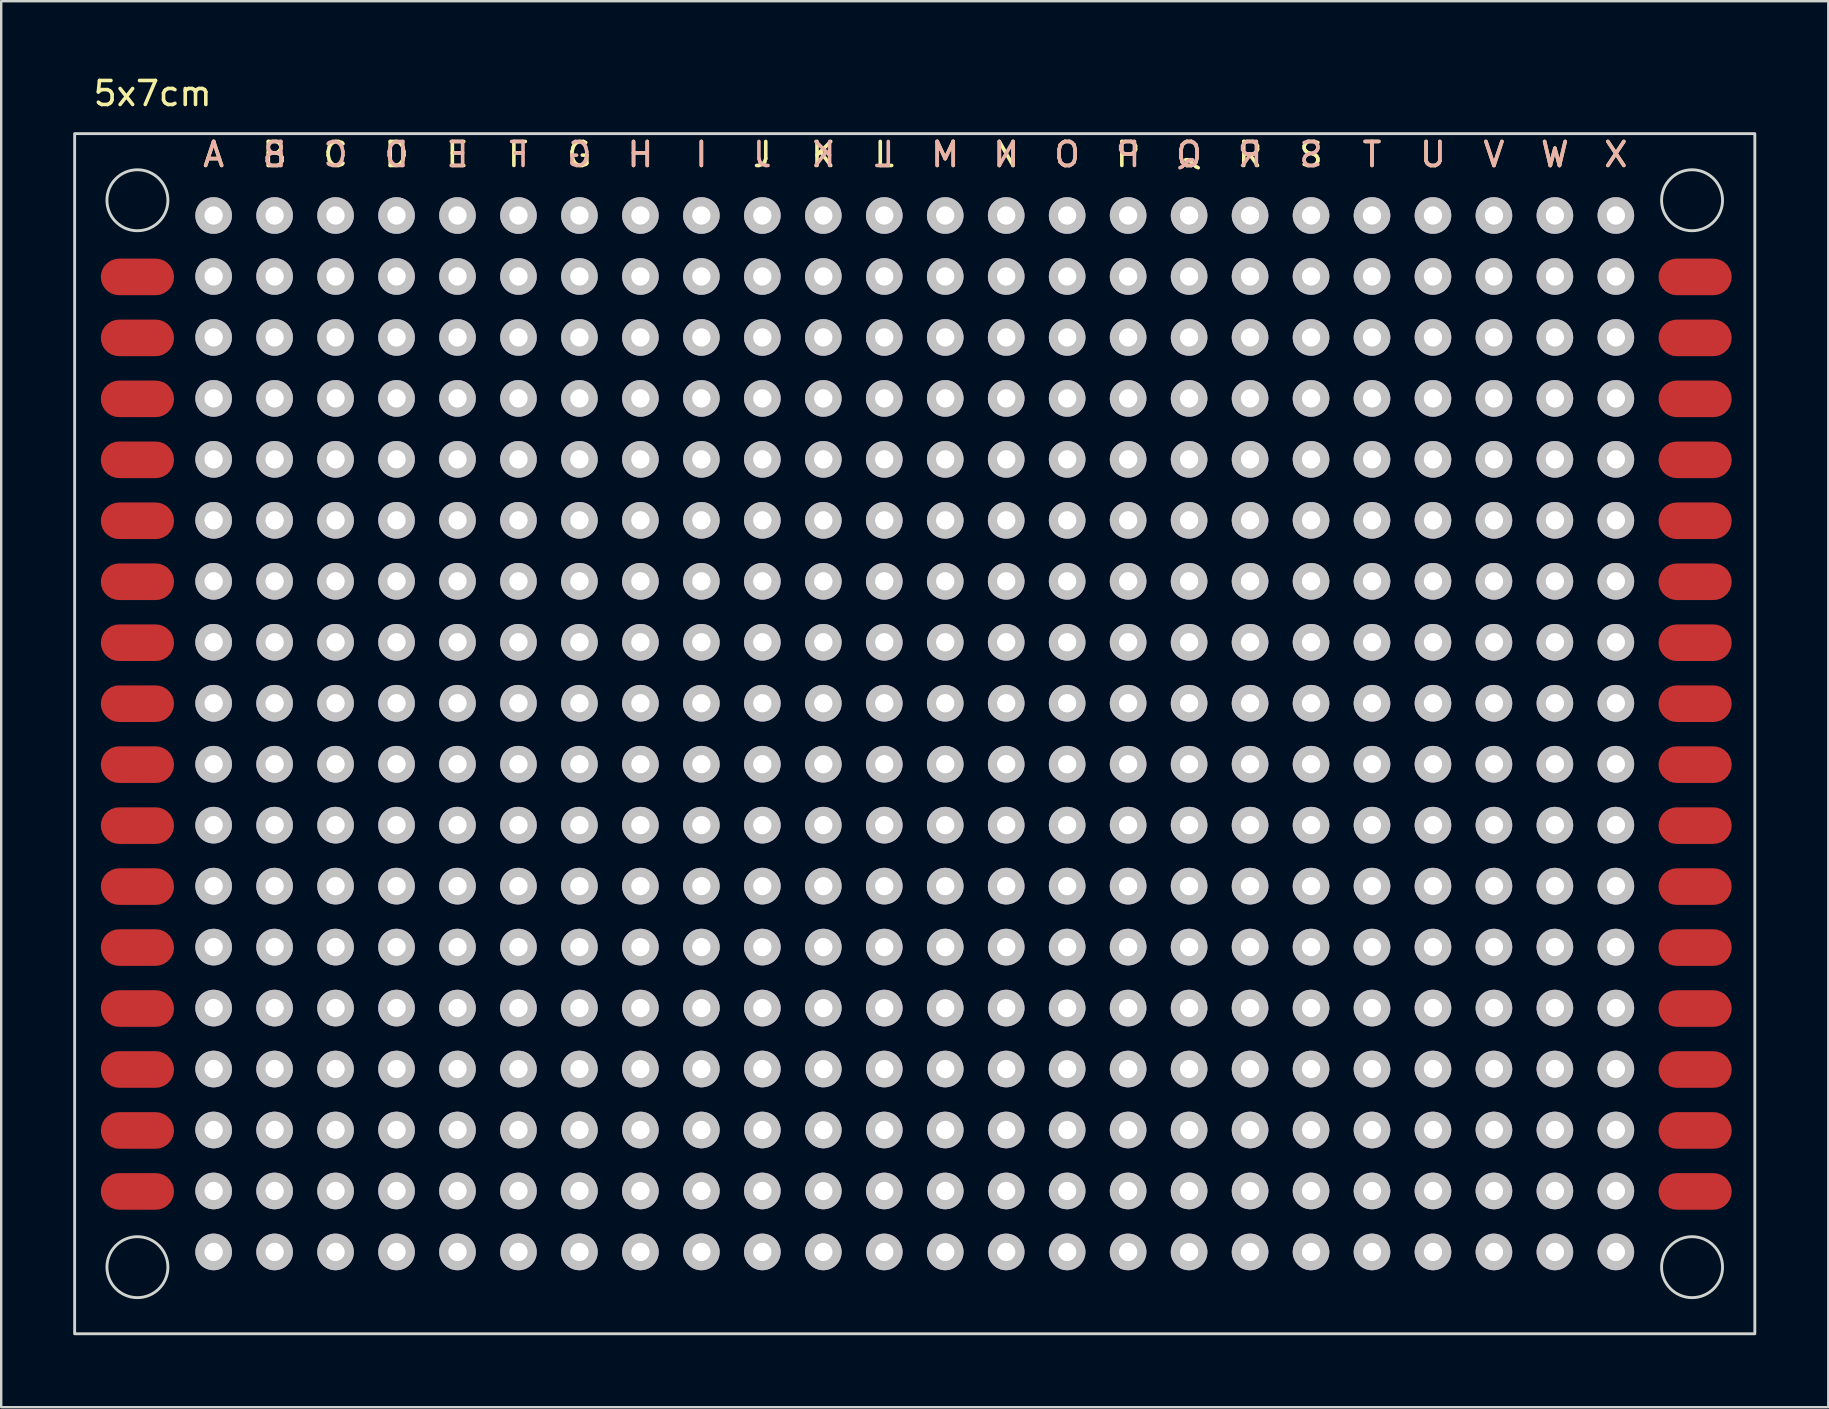
<source format=kicad_pcb>
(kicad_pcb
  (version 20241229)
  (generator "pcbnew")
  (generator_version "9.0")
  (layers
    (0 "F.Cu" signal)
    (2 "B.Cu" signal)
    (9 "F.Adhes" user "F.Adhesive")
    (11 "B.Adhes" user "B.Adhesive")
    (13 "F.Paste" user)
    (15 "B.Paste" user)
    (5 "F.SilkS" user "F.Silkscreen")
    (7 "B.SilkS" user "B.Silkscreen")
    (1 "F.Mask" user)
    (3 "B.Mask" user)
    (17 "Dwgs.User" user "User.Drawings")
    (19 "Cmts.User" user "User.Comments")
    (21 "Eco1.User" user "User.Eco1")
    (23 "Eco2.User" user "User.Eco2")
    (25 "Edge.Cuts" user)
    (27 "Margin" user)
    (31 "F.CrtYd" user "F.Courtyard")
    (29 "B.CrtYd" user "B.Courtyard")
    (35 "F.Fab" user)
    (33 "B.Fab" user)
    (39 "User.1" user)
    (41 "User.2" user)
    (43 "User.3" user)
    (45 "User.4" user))
  (footprint "5x7cm"
    (layer "F.Cu")
    (at 5.85 5.928)
    (property "Reference" "5x7cm" (at -2.54 -5.08 0) (unlocked yes) (layer "F.SilkS") (effects (font (size 1 1) (thickness 0.15))))
    (attr through_hole)
    (fp_rect (start -5.79 -3.41) (end 64.21 46.59) (stroke (width 0.12) (type solid)) (fill no) (layer "Edge.Cuts"))
    (fp_circle (center -3.175 -0.635) (end -1.905 -0.635) (stroke (width 0.12) (type solid)) (fill no) (layer "Edge.Cuts"))
    (fp_circle (center -3.175 43.815) (end -1.905 43.815) (stroke (width 0.12) (type solid)) (fill no) (layer "Edge.Cuts"))
    (fp_circle (center 61.595 -0.635) (end 62.865 -0.635) (stroke (width 0.12) (type solid)) (fill no) (layer "Edge.Cuts"))
    (fp_circle (center 61.595 43.815) (end 62.865 43.815) (stroke (width 0.12) (type solid)) (fill no) (layer "Edge.Cuts"))
    (fp_text user "A" (at 0 -2.54 0) (unlocked yes) (layer "F.SilkS") (effects (font (size 1 1) (thickness 0.15))))
    (fp_text user "D" (at 7.62 -2.54 0) (unlocked yes) (layer "F.SilkS") (effects (font (size 1 1) (thickness 0.15))))
    (fp_text user "L" (at 27.94 -2.54 0) (unlocked yes) (layer "F.SilkS") (effects (font (size 1 1) (thickness 0.15))))
    (fp_text user "G" (at 15.24 -2.54 0) (unlocked yes) (layer "F.SilkS") (effects (font (size 1 1) (thickness 0.15))))
    (fp_text user "T" (at 48.26 -2.54 0) (unlocked yes) (layer "F.SilkS") (effects (font (size 1 1) (thickness 0.15))))
    (fp_text user "V" (at 53.34 -2.54 0) (unlocked yes) (layer "F.SilkS") (effects (font (size 1 1) (thickness 0.15))))
    (fp_text user "Q" (at 40.64 -2.54 0) (unlocked yes) (layer "F.SilkS") (effects (font (size 1 1) (thickness 0.15))))
    (fp_text user "S" (at 45.72 -2.54 0) (unlocked yes) (layer "F.SilkS") (effects (font (size 1 1) (thickness 0.15))))
    (fp_text user "I" (at 20.32 -2.54 0) (unlocked yes) (layer "F.SilkS") (effects (font (size 1 1) (thickness 0.15))))
    (fp_text user "N" (at 33.02 -2.54 0) (unlocked yes) (layer "F.SilkS") (effects (font (size 1 1) (thickness 0.15))))
    (fp_text user "M" (at 30.48 -2.54 0) (unlocked yes) (layer "F.SilkS") (effects (font (size 1 1) (thickness 0.15))))
    (fp_text user "U" (at 50.8 -2.54 0) (unlocked yes) (layer "F.SilkS") (effects (font (size 1 1) (thickness 0.15))))
    (fp_text user "J" (at 22.86 -2.54 0) (unlocked yes) (layer "F.SilkS") (effects (font (size 1 1) (thickness 0.15))))
    (fp_text user "W" (at 55.88 -2.54 0) (unlocked yes) (layer "F.SilkS") (effects (font (size 1 1) (thickness 0.15))))
    (fp_text user "P" (at 38.1 -2.54 0) (unlocked yes) (layer "F.SilkS") (effects (font (size 1 1) (thickness 0.15))))
    (fp_text user "B" (at 2.54 -2.54 0) (unlocked yes) (layer "F.SilkS") (effects (font (size 1 1) (thickness 0.15))))
    (fp_text user "H" (at 17.78 -2.54 0) (unlocked yes) (layer "F.SilkS") (effects (font (size 1 1) (thickness 0.15))))
    (fp_text user "R" (at 43.18 -2.54 0) (unlocked yes) (layer "F.SilkS") (effects (font (size 1 1) (thickness 0.15))))
    (fp_text user "K" (at 25.4 -2.54 0) (unlocked yes) (layer "F.SilkS") (effects (font (size 1 1) (thickness 0.15))))
    (fp_text user "E" (at 10.16 -2.54 0) (unlocked yes) (layer "F.SilkS") (effects (font (size 1 1) (thickness 0.15))))
    (fp_text user "C" (at 5.08 -2.54 0) (unlocked yes) (layer "F.SilkS") (effects (font (size 1 1) (thickness 0.15))))
    (fp_text user "F" (at 12.7 -2.54 0) (unlocked yes) (layer "F.SilkS") (effects (font (size 1 1) (thickness 0.15))))
    (fp_text user "O" (at 35.56 -2.54 0) (unlocked yes) (layer "F.SilkS") (effects (font (size 1 1) (thickness 0.15))))
    (fp_text user "X" (at 58.42 -2.54 0) (unlocked yes) (layer "F.SilkS") (effects (font (size 1 1) (thickness 0.15))))
    (fp_text user "F" (at 12.7 -2.54 0) (unlocked yes) (layer "B.SilkS") (effects (font (size 1 1) (thickness 0.15)) (justify mirror)))
    (fp_text user "P" (at 38.1 -2.54 0) (unlocked yes) (layer "B.SilkS") (effects (font (size 1 1) (thickness 0.15)) (justify mirror)))
    (fp_text user "C" (at 5.08 -2.54 0) (unlocked yes) (layer "B.SilkS") (effects (font (size 1 1) (thickness 0.15)) (justify mirror)))
    (fp_text user "K" (at 25.4 -2.54 0) (unlocked yes) (layer "B.SilkS") (effects (font (size 1 1) (thickness 0.15)) (justify mirror)))
    (fp_text user "T" (at 48.26 -2.54 0) (unlocked yes) (layer "B.SilkS") (effects (font (size 1 1) (thickness 0.15)) (justify mirror)))
    (fp_text user "I" (at 20.32 -2.54 0) (unlocked yes) (layer "B.SilkS") (effects (font (size 1 1) (thickness 0.15)) (justify mirror)))
    (fp_text user "X" (at 58.42 -2.54 0) (unlocked yes) (layer "B.SilkS") (effects (font (size 1 1) (thickness 0.15)) (justify mirror)))
    (fp_text user "U" (at 50.8 -2.54 0) (unlocked yes) (layer "B.SilkS") (effects (font (size 1 1) (thickness 0.15)) (justify mirror)))
    (fp_text user "V" (at 53.34 -2.54 0) (unlocked yes) (layer "B.SilkS") (effects (font (size 1 1) (thickness 0.15)) (justify mirror)))
    (fp_text user "R" (at 43.18 -2.54 0) (unlocked yes) (layer "B.SilkS") (effects (font (size 1 1) (thickness 0.15)) (justify mirror)))
    (fp_text user "M" (at 30.48 -2.54 0) (unlocked yes) (layer "B.SilkS") (effects (font (size 1 1) (thickness 0.15)) (justify mirror)))
    (fp_text user "S" (at 45.72 -2.54 0) (unlocked yes) (layer "B.SilkS") (effects (font (size 1 1) (thickness 0.15)) (justify mirror)))
    (fp_text user "A" (at 0 -2.54 0) (unlocked yes) (layer "B.SilkS") (effects (font (size 1 1) (thickness 0.15)) (justify mirror)))
    (fp_text user "W" (at 55.88 -2.54 0) (unlocked yes) (layer "B.SilkS") (effects (font (size 1 1) (thickness 0.15)) (justify mirror)))
    (fp_text user "B" (at 2.54 -2.54 0) (unlocked yes) (layer "B.SilkS") (effects (font (size 1 1) (thickness 0.15)) (justify mirror)))
    (fp_text user "L" (at 27.94 -2.54 0) (unlocked yes) (layer "B.SilkS") (effects (font (size 1 1) (thickness 0.15)) (justify mirror)))
    (fp_text user "Q" (at 40.64 -2.54 0) (unlocked yes) (layer "B.SilkS") (effects (font (size 1 1) (thickness 0.15)) (justify mirror)))
    (fp_text user "D" (at 7.62 -2.54 0) (unlocked yes) (layer "B.SilkS") (effects (font (size 1 1) (thickness 0.15)) (justify mirror)))
    (fp_text user "J" (at 22.86 -2.54 0) (unlocked yes) (layer "B.SilkS") (effects (font (size 1 1) (thickness 0.15)) (justify mirror)))
    (fp_text user "O" (at 35.56 -2.54 0) (unlocked yes) (layer "B.SilkS") (effects (font (size 1 1) (thickness 0.15)) (justify mirror)))
    (fp_text user "H" (at 17.78 -2.54 0) (unlocked yes) (layer "B.SilkS") (effects (font (size 1 1) (thickness 0.15)) (justify mirror)))
    (fp_text user "E" (at 10.16 -2.54 0) (unlocked yes) (layer "B.SilkS") (effects (font (size 1 1) (thickness 0.15)) (justify mirror)))
    (fp_text user "G" (at 15.24 -2.54 0) (unlocked yes) (layer "B.SilkS") (effects (font (size 1 1) (thickness 0.15)) (justify mirror)))
    (fp_text user "N" (at 33.02 -2.54 0) (unlocked yes) (layer "B.SilkS") (effects (font (size 1 1) (thickness 0.15)) (justify mirror)))
    (pad "1" smd roundrect (at -3.175 2.559) (size 3.048 1.524) (layers "F.Cu" "F.Mask" "F.Paste") (roundrect_rratio 0.5))
    (pad "1" thru_hole circle (at 0 0) (size 1.524 1.524) (drill 0.762) (layers "*.Cu" "Dwgs.User"))
    (pad "1" smd roundrect (at 61.722 2.559) (size 3.048 1.524) (layers "F.Cu" "F.Mask" "F.Paste") (roundrect_rratio 0.5))
    (pad "2" smd roundrect (at -3.175 5.099) (size 3.048 1.524) (layers "F.Cu" "F.Mask" "F.Paste") (roundrect_rratio 0.5))
    (pad "2" thru_hole circle (at 2.54 0) (size 1.524 1.524) (drill 0.762) (layers "*.Cu" "Dwgs.User"))
    (pad "2" smd roundrect (at 61.722 5.099) (size 3.048 1.524) (layers "F.Cu" "F.Mask" "F.Paste") (roundrect_rratio 0.5))
    (pad "3" smd roundrect (at -3.175 7.639) (size 3.048 1.524) (layers "F.Cu" "F.Mask" "F.Paste") (roundrect_rratio 0.5))
    (pad "3" thru_hole circle (at 5.08 0) (size 1.524 1.524) (drill 0.762) (layers "*.Cu" "Dwgs.User"))
    (pad "3" smd roundrect (at 61.722 7.639) (size 3.048 1.524) (layers "F.Cu" "F.Mask" "F.Paste") (roundrect_rratio 0.5))
    (pad "4" smd roundrect (at -3.175 10.179) (size 3.048 1.524) (layers "F.Cu" "F.Mask" "F.Paste") (roundrect_rratio 0.5))
    (pad "4" thru_hole circle (at 7.62 0) (size 1.524 1.524) (drill 0.762) (layers "*.Cu" "Dwgs.User"))
    (pad "4" smd roundrect (at 61.722 10.179) (size 3.048 1.524) (layers "F.Cu" "F.Mask" "F.Paste") (roundrect_rratio 0.5))
    (pad "5" smd roundrect (at -3.175 12.719) (size 3.048 1.524) (layers "F.Cu" "F.Mask" "F.Paste") (roundrect_rratio 0.5))
    (pad "5" thru_hole circle (at 10.16 0) (size 1.524 1.524) (drill 0.762) (layers "*.Cu" "Dwgs.User"))
    (pad "5" smd roundrect (at 61.722 12.719) (size 3.048 1.524) (layers "F.Cu" "F.Mask" "F.Paste") (roundrect_rratio 0.5))
    (pad "6" smd roundrect (at -3.175 15.259) (size 3.048 1.524) (layers "F.Cu" "F.Mask" "F.Paste") (roundrect_rratio 0.5))
    (pad "6" thru_hole circle (at 12.7 0) (size 1.524 1.524) (drill 0.762) (layers "*.Cu" "Dwgs.User"))
    (pad "6" smd roundrect (at 61.722 15.259) (size 3.048 1.524) (layers "F.Cu" "F.Mask" "F.Paste") (roundrect_rratio 0.5))
    (pad "7" smd roundrect (at -3.175 17.799) (size 3.048 1.524) (layers "F.Cu" "F.Mask" "F.Paste") (roundrect_rratio 0.5))
    (pad "7" thru_hole circle (at 15.24 0) (size 1.524 1.524) (drill 0.762) (layers "*.Cu" "Dwgs.User"))
    (pad "7" smd roundrect (at 61.722 17.799) (size 3.048 1.524) (layers "F.Cu" "F.Mask" "F.Paste") (roundrect_rratio 0.5))
    (pad "8" smd roundrect (at -3.175 20.339) (size 3.048 1.524) (layers "F.Cu" "F.Mask" "F.Paste") (roundrect_rratio 0.5))
    (pad "8" thru_hole circle (at 17.78 0) (size 1.524 1.524) (drill 0.762) (layers "*.Cu" "Dwgs.User"))
    (pad "8" smd roundrect (at 61.722 20.339) (size 3.048 1.524) (layers "F.Cu" "F.Mask" "F.Paste") (roundrect_rratio 0.5))
    (pad "9" smd roundrect (at -3.175 22.879) (size 3.048 1.524) (layers "F.Cu" "F.Mask" "F.Paste") (roundrect_rratio 0.5))
    (pad "9" thru_hole circle (at 20.32 0) (size 1.524 1.524) (drill 0.762) (layers "*.Cu" "Dwgs.User"))
    (pad "9" smd roundrect (at 61.722 22.879) (size 3.048 1.524) (layers "F.Cu" "F.Mask" "F.Paste") (roundrect_rratio 0.5))
    (pad "10" smd roundrect (at -3.175 25.419) (size 3.048 1.524) (layers "F.Cu" "F.Mask" "F.Paste") (roundrect_rratio 0.5))
    (pad "10" thru_hole circle (at 22.86 0) (size 1.524 1.524) (drill 0.762) (layers "*.Cu" "Dwgs.User"))
    (pad "10" smd roundrect (at 61.722 25.419) (size 3.048 1.524) (layers "F.Cu" "F.Mask" "F.Paste") (roundrect_rratio 0.5))
    (pad "11" smd roundrect (at -3.175 27.959) (size 3.048 1.524) (layers "F.Cu" "F.Mask" "F.Paste") (roundrect_rratio 0.5))
    (pad "11" thru_hole circle (at 25.4 0) (size 1.524 1.524) (drill 0.762) (layers "*.Cu" "Dwgs.User"))
    (pad "11" smd roundrect (at 61.722 27.959) (size 3.048 1.524) (layers "F.Cu" "F.Mask" "F.Paste") (roundrect_rratio 0.5))
    (pad "12" smd roundrect (at -3.175 30.499) (size 3.048 1.524) (layers "F.Cu" "F.Mask" "F.Paste") (roundrect_rratio 0.5))
    (pad "12" thru_hole circle (at 27.94 0) (size 1.524 1.524) (drill 0.762) (layers "*.Cu" "Dwgs.User"))
    (pad "12" smd roundrect (at 61.722 30.499) (size 3.048 1.524) (layers "F.Cu" "F.Mask" "F.Paste") (roundrect_rratio 0.5))
    (pad "13" smd roundrect (at -3.175 33.039) (size 3.048 1.524) (layers "F.Cu" "F.Mask" "F.Paste") (roundrect_rratio 0.5))
    (pad "13" thru_hole circle (at 30.48 0) (size 1.524 1.524) (drill 0.762) (layers "*.Cu" "Dwgs.User"))
    (pad "13" smd roundrect (at 61.722 33.039) (size 3.048 1.524) (layers "F.Cu" "F.Mask" "F.Paste") (roundrect_rratio 0.5))
    (pad "14" smd roundrect (at -3.175 35.579) (size 3.048 1.524) (layers "F.Cu" "F.Mask" "F.Paste") (roundrect_rratio 0.5))
    (pad "14" thru_hole circle (at 33.02 0) (size 1.524 1.524) (drill 0.762) (layers "*.Cu" "Dwgs.User"))
    (pad "14" smd roundrect (at 61.722 35.579) (size 3.048 1.524) (layers "F.Cu" "F.Mask" "F.Paste") (roundrect_rratio 0.5))
    (pad "15" smd roundrect (at -3.175 38.119) (size 3.048 1.524) (layers "F.Cu" "F.Mask" "F.Paste") (roundrect_rratio 0.5))
    (pad "15" thru_hole circle (at 35.56 0) (size 1.524 1.524) (drill 0.762) (layers "*.Cu" "Dwgs.User"))
    (pad "15" smd roundrect (at 61.722 38.119) (size 3.048 1.524) (layers "F.Cu" "F.Mask" "F.Paste") (roundrect_rratio 0.5))
    (pad "16" smd roundrect (at -3.175 40.659) (size 3.048 1.524) (layers "F.Cu" "F.Mask" "F.Paste") (roundrect_rratio 0.5))
    (pad "16" thru_hole circle (at 38.1 0) (size 1.524 1.524) (drill 0.762) (layers "*.Cu" "Dwgs.User"))
    (pad "16" smd roundrect (at 61.722 40.659) (size 3.048 1.524) (layers "F.Cu" "F.Mask" "F.Paste") (roundrect_rratio 0.5))
    (pad "17" thru_hole circle (at 40.64 0) (size 1.524 1.524) (drill 0.762) (layers "*.Cu" "Dwgs.User"))
    (pad "18" thru_hole circle (at 43.18 0) (size 1.524 1.524) (drill 0.762) (layers "*.Cu" "Dwgs.User"))
    (pad "19" thru_hole circle (at 45.72 0) (size 1.524 1.524) (drill 0.762) (layers "*.Cu" "Dwgs.User"))
    (pad "20" thru_hole circle (at 48.26 0) (size 1.524 1.524) (drill 0.762) (layers "*.Cu" "Dwgs.User"))
    (pad "21" thru_hole circle (at 50.8 0) (size 1.524 1.524) (drill 0.762) (layers "*.Cu" "Dwgs.User"))
    (pad "22" thru_hole circle (at 53.34 0) (size 1.524 1.524) (drill 0.762) (layers "*.Cu" "Dwgs.User"))
    (pad "23" thru_hole circle (at 55.88 0) (size 1.524 1.524) (drill 0.762) (layers "*.Cu" "Dwgs.User"))
    (pad "24" thru_hole circle (at 58.42 0) (size 1.524 1.524) (drill 0.762) (layers "*.Cu" "Dwgs.User"))
    (pad "25" thru_hole circle (at 0 2.54) (size 1.524 1.524) (drill 0.762) (layers "*.Cu" "Dwgs.User"))
    (pad "26" thru_hole circle (at 2.54 2.54) (size 1.524 1.524) (drill 0.762) (layers "*.Cu" "Dwgs.User"))
    (pad "27" thru_hole circle (at 5.08 2.54) (size 1.524 1.524) (drill 0.762) (layers "*.Cu" "Dwgs.User"))
    (pad "28" thru_hole circle (at 7.62 2.54) (size 1.524 1.524) (drill 0.762) (layers "*.Cu" "Dwgs.User"))
    (pad "29" thru_hole circle (at 10.16 2.54) (size 1.524 1.524) (drill 0.762) (layers "*.Cu" "Dwgs.User"))
    (pad "30" thru_hole circle (at 12.7 2.54) (size 1.524 1.524) (drill 0.762) (layers "*.Cu" "Dwgs.User"))
    (pad "31" thru_hole circle (at 15.24 2.54) (size 1.524 1.524) (drill 0.762) (layers "*.Cu" "Dwgs.User"))
    (pad "32" thru_hole circle (at 17.78 2.54) (size 1.524 1.524) (drill 0.762) (layers "*.Cu" "Dwgs.User"))
    (pad "33" thru_hole circle (at 20.32 2.54) (size 1.524 1.524) (drill 0.762) (layers "*.Cu" "Dwgs.User"))
    (pad "34" thru_hole circle (at 22.86 2.54) (size 1.524 1.524) (drill 0.762) (layers "*.Cu" "Dwgs.User"))
    (pad "35" thru_hole circle (at 25.4 2.54) (size 1.524 1.524) (drill 0.762) (layers "*.Cu" "Dwgs.User"))
    (pad "36" thru_hole circle (at 27.94 2.54) (size 1.524 1.524) (drill 0.762) (layers "*.Cu" "Dwgs.User"))
    (pad "37" thru_hole circle (at 30.48 2.54) (size 1.524 1.524) (drill 0.762) (layers "*.Cu" "Dwgs.User"))
    (pad "38" thru_hole circle (at 33.02 2.54) (size 1.524 1.524) (drill 0.762) (layers "*.Cu" "Dwgs.User"))
    (pad "39" thru_hole circle (at 35.56 2.54) (size 1.524 1.524) (drill 0.762) (layers "*.Cu" "Dwgs.User"))
    (pad "40" thru_hole circle (at 38.1 2.54) (size 1.524 1.524) (drill 0.762) (layers "*.Cu" "Dwgs.User"))
    (pad "41" thru_hole circle (at 40.64 2.54) (size 1.524 1.524) (drill 0.762) (layers "*.Cu" "Dwgs.User"))
    (pad "42" thru_hole circle (at 43.18 2.54) (size 1.524 1.524) (drill 0.762) (layers "*.Cu" "Dwgs.User"))
    (pad "43" thru_hole circle (at 45.72 2.54) (size 1.524 1.524) (drill 0.762) (layers "*.Cu" "Dwgs.User"))
    (pad "44" thru_hole circle (at 48.26 2.54) (size 1.524 1.524) (drill 0.762) (layers "*.Cu" "Dwgs.User"))
    (pad "45" thru_hole circle (at 50.8 2.54) (size 1.524 1.524) (drill 0.762) (layers "*.Cu" "Dwgs.User"))
    (pad "46" thru_hole circle (at 53.34 2.54) (size 1.524 1.524) (drill 0.762) (layers "*.Cu" "Dwgs.User"))
    (pad "47" thru_hole circle (at 55.88 2.54) (size 1.524 1.524) (drill 0.762) (layers "*.Cu" "Dwgs.User"))
    (pad "48" thru_hole circle (at 58.42 2.54) (size 1.524 1.524) (drill 0.762) (layers "*.Cu" "Dwgs.User"))
    (pad "49" thru_hole circle (at 0 5.08) (size 1.524 1.524) (drill 0.762) (layers "*.Cu" "Dwgs.User"))
    (pad "50" thru_hole circle (at 2.54 5.08) (size 1.524 1.524) (drill 0.762) (layers "*.Cu" "Dwgs.User"))
    (pad "51" thru_hole circle (at 5.08 5.08) (size 1.524 1.524) (drill 0.762) (layers "*.Cu" "Dwgs.User"))
    (pad "52" thru_hole circle (at 7.62 5.08) (size 1.524 1.524) (drill 0.762) (layers "*.Cu" "Dwgs.User"))
    (pad "53" thru_hole circle (at 10.16 5.08) (size 1.524 1.524) (drill 0.762) (layers "*.Cu" "Dwgs.User"))
    (pad "54" thru_hole circle (at 12.7 5.08) (size 1.524 1.524) (drill 0.762) (layers "*.Cu" "Dwgs.User"))
    (pad "55" thru_hole circle (at 15.24 5.08) (size 1.524 1.524) (drill 0.762) (layers "*.Cu" "Dwgs.User"))
    (pad "56" thru_hole circle (at 17.78 5.08) (size 1.524 1.524) (drill 0.762) (layers "*.Cu" "Dwgs.User"))
    (pad "57" thru_hole circle (at 20.32 5.08) (size 1.524 1.524) (drill 0.762) (layers "*.Cu" "Dwgs.User"))
    (pad "58" thru_hole circle (at 22.86 5.08) (size 1.524 1.524) (drill 0.762) (layers "*.Cu" "Dwgs.User"))
    (pad "59" thru_hole circle (at 25.4 5.08) (size 1.524 1.524) (drill 0.762) (layers "*.Cu" "Dwgs.User"))
    (pad "60" thru_hole circle (at 27.94 5.08) (size 1.524 1.524) (drill 0.762) (layers "*.Cu" "Dwgs.User"))
    (pad "61" thru_hole circle (at 30.48 5.08) (size 1.524 1.524) (drill 0.762) (layers "*.Cu" "Dwgs.User"))
    (pad "62" thru_hole circle (at 33.02 5.08) (size 1.524 1.524) (drill 0.762) (layers "*.Cu" "Dwgs.User"))
    (pad "63" thru_hole circle (at 35.56 5.08) (size 1.524 1.524) (drill 0.762) (layers "*.Cu" "Dwgs.User"))
    (pad "64" thru_hole circle (at 38.1 5.08) (size 1.524 1.524) (drill 0.762) (layers "*.Cu" "Dwgs.User"))
    (pad "65" thru_hole circle (at 40.64 5.08) (size 1.524 1.524) (drill 0.762) (layers "*.Cu" "Dwgs.User"))
    (pad "66" thru_hole circle (at 43.18 5.08) (size 1.524 1.524) (drill 0.762) (layers "*.Cu" "Dwgs.User"))
    (pad "67" thru_hole circle (at 45.72 5.08) (size 1.524 1.524) (drill 0.762) (layers "*.Cu" "Dwgs.User"))
    (pad "68" thru_hole circle (at 48.26 5.08) (size 1.524 1.524) (drill 0.762) (layers "*.Cu" "Dwgs.User"))
    (pad "69" thru_hole circle (at 50.8 5.08) (size 1.524 1.524) (drill 0.762) (layers "*.Cu" "Dwgs.User"))
    (pad "70" thru_hole circle (at 53.34 5.08) (size 1.524 1.524) (drill 0.762) (layers "*.Cu" "Dwgs.User"))
    (pad "71" thru_hole circle (at 55.88 5.08) (size 1.524 1.524) (drill 0.762) (layers "*.Cu" "Dwgs.User"))
    (pad "72" thru_hole circle (at 58.42 5.08) (size 1.524 1.524) (drill 0.762) (layers "*.Cu" "Dwgs.User"))
    (pad "73" thru_hole circle (at 0 7.62) (size 1.524 1.524) (drill 0.762) (layers "*.Cu" "Dwgs.User"))
    (pad "74" thru_hole circle (at 2.54 7.62) (size 1.524 1.524) (drill 0.762) (layers "*.Cu" "Dwgs.User"))
    (pad "75" thru_hole circle (at 5.08 7.62) (size 1.524 1.524) (drill 0.762) (layers "*.Cu" "Dwgs.User"))
    (pad "76" thru_hole circle (at 7.62 7.62) (size 1.524 1.524) (drill 0.762) (layers "*.Cu" "Dwgs.User"))
    (pad "77" thru_hole circle (at 10.16 7.62) (size 1.524 1.524) (drill 0.762) (layers "*.Cu" "Dwgs.User"))
    (pad "78" thru_hole circle (at 12.7 7.62) (size 1.524 1.524) (drill 0.762) (layers "*.Cu" "Dwgs.User"))
    (pad "79" thru_hole circle (at 15.24 7.62) (size 1.524 1.524) (drill 0.762) (layers "*.Cu" "Dwgs.User"))
    (pad "80" thru_hole circle (at 17.78 7.62) (size 1.524 1.524) (drill 0.762) (layers "*.Cu" "Dwgs.User"))
    (pad "81" thru_hole circle (at 20.32 7.62) (size 1.524 1.524) (drill 0.762) (layers "*.Cu" "Dwgs.User"))
    (pad "82" thru_hole circle (at 22.86 7.62) (size 1.524 1.524) (drill 0.762) (layers "*.Cu" "Dwgs.User"))
    (pad "83" thru_hole circle (at 25.4 7.62) (size 1.524 1.524) (drill 0.762) (layers "*.Cu" "Dwgs.User"))
    (pad "84" thru_hole circle (at 27.94 7.62) (size 1.524 1.524) (drill 0.762) (layers "*.Cu" "Dwgs.User"))
    (pad "85" thru_hole circle (at 30.48 7.62) (size 1.524 1.524) (drill 0.762) (layers "*.Cu" "Dwgs.User"))
    (pad "86" thru_hole circle (at 33.02 7.62) (size 1.524 1.524) (drill 0.762) (layers "*.Cu" "Dwgs.User"))
    (pad "87" thru_hole circle (at 35.56 7.62) (size 1.524 1.524) (drill 0.762) (layers "*.Cu" "Dwgs.User"))
    (pad "88" thru_hole circle (at 38.1 7.62) (size 1.524 1.524) (drill 0.762) (layers "*.Cu" "Dwgs.User"))
    (pad "89" thru_hole circle (at 40.64 7.62) (size 1.524 1.524) (drill 0.762) (layers "*.Cu" "Dwgs.User"))
    (pad "90" thru_hole circle (at 43.18 7.62) (size 1.524 1.524) (drill 0.762) (layers "*.Cu" "Dwgs.User"))
    (pad "91" thru_hole circle (at 45.72 7.62) (size 1.524 1.524) (drill 0.762) (layers "*.Cu" "Dwgs.User"))
    (pad "92" thru_hole circle (at 48.26 7.62) (size 1.524 1.524) (drill 0.762) (layers "*.Cu" "Dwgs.User"))
    (pad "93" thru_hole circle (at 50.8 7.62) (size 1.524 1.524) (drill 0.762) (layers "*.Cu" "Dwgs.User"))
    (pad "94" thru_hole circle (at 53.34 7.62) (size 1.524 1.524) (drill 0.762) (layers "*.Cu" "Dwgs.User"))
    (pad "95" thru_hole circle (at 55.88 7.62) (size 1.524 1.524) (drill 0.762) (layers "*.Cu" "Dwgs.User"))
    (pad "96" thru_hole circle (at 58.42 7.62) (size 1.524 1.524) (drill 0.762) (layers "*.Cu" "Dwgs.User"))
    (pad "97" thru_hole circle (at 0 10.16) (size 1.524 1.524) (drill 0.762) (layers "*.Cu" "Dwgs.User"))
    (pad "98" thru_hole circle (at 2.54 10.16) (size 1.524 1.524) (drill 0.762) (layers "*.Cu" "Dwgs.User"))
    (pad "99" thru_hole circle (at 5.08 10.16) (size 1.524 1.524) (drill 0.762) (layers "*.Cu" "Dwgs.User"))
    (pad "100" thru_hole circle (at 7.62 10.16) (size 1.524 1.524) (drill 0.762) (layers "*.Cu" "Dwgs.User"))
    (pad "101" thru_hole circle (at 10.16 10.16) (size 1.524 1.524) (drill 0.762) (layers "*.Cu" "Dwgs.User"))
    (pad "102" thru_hole circle (at 12.7 10.16) (size 1.524 1.524) (drill 0.762) (layers "*.Cu" "Dwgs.User"))
    (pad "103" thru_hole circle (at 15.24 10.16) (size 1.524 1.524) (drill 0.762) (layers "*.Cu" "Dwgs.User"))
    (pad "104" thru_hole circle (at 17.78 10.16) (size 1.524 1.524) (drill 0.762) (layers "*.Cu" "Dwgs.User"))
    (pad "105" thru_hole circle (at 20.32 10.16) (size 1.524 1.524) (drill 0.762) (layers "*.Cu" "Dwgs.User"))
    (pad "106" thru_hole circle (at 22.86 10.16) (size 1.524 1.524) (drill 0.762) (layers "*.Cu" "Dwgs.User"))
    (pad "107" thru_hole circle (at 25.4 10.16) (size 1.524 1.524) (drill 0.762) (layers "*.Cu" "Dwgs.User"))
    (pad "108" thru_hole circle (at 27.94 10.16) (size 1.524 1.524) (drill 0.762) (layers "*.Cu" "Dwgs.User"))
    (pad "109" thru_hole circle (at 30.48 10.16) (size 1.524 1.524) (drill 0.762) (layers "*.Cu" "Dwgs.User"))
    (pad "110" thru_hole circle (at 33.02 10.16) (size 1.524 1.524) (drill 0.762) (layers "*.Cu" "Dwgs.User"))
    (pad "111" thru_hole circle (at 35.56 10.16) (size 1.524 1.524) (drill 0.762) (layers "*.Cu" "Dwgs.User"))
    (pad "112" thru_hole circle (at 38.1 10.16) (size 1.524 1.524) (drill 0.762) (layers "*.Cu" "Dwgs.User"))
    (pad "113" thru_hole circle (at 40.64 10.16) (size 1.524 1.524) (drill 0.762) (layers "*.Cu" "Dwgs.User"))
    (pad "114" thru_hole circle (at 43.18 10.16) (size 1.524 1.524) (drill 0.762) (layers "*.Cu" "Dwgs.User"))
    (pad "115" thru_hole circle (at 45.72 10.16) (size 1.524 1.524) (drill 0.762) (layers "*.Cu" "Dwgs.User"))
    (pad "116" thru_hole circle (at 48.26 10.16) (size 1.524 1.524) (drill 0.762) (layers "*.Cu" "Dwgs.User"))
    (pad "117" thru_hole circle (at 50.8 10.16) (size 1.524 1.524) (drill 0.762) (layers "*.Cu" "Dwgs.User"))
    (pad "118" thru_hole circle (at 53.34 10.16) (size 1.524 1.524) (drill 0.762) (layers "*.Cu" "Dwgs.User"))
    (pad "119" thru_hole circle (at 55.88 10.16) (size 1.524 1.524) (drill 0.762) (layers "*.Cu" "Dwgs.User"))
    (pad "120" thru_hole circle (at 58.42 10.16) (size 1.524 1.524) (drill 0.762) (layers "*.Cu" "Dwgs.User"))
    (pad "121" thru_hole circle (at 0 12.7) (size 1.524 1.524) (drill 0.762) (layers "*.Cu" "Dwgs.User"))
    (pad "122" thru_hole circle (at 2.54 12.7) (size 1.524 1.524) (drill 0.762) (layers "*.Cu" "Dwgs.User"))
    (pad "123" thru_hole circle (at 5.08 12.7) (size 1.524 1.524) (drill 0.762) (layers "*.Cu" "Dwgs.User"))
    (pad "124" thru_hole circle (at 7.62 12.7) (size 1.524 1.524) (drill 0.762) (layers "*.Cu" "Dwgs.User"))
    (pad "125" thru_hole circle (at 10.16 12.7) (size 1.524 1.524) (drill 0.762) (layers "*.Cu" "Dwgs.User"))
    (pad "126" thru_hole circle (at 12.7 12.7) (size 1.524 1.524) (drill 0.762) (layers "*.Cu" "Dwgs.User"))
    (pad "127" thru_hole circle (at 15.24 12.7) (size 1.524 1.524) (drill 0.762) (layers "*.Cu" "Dwgs.User"))
    (pad "128" thru_hole circle (at 17.78 12.7) (size 1.524 1.524) (drill 0.762) (layers "*.Cu" "Dwgs.User"))
    (pad "129" thru_hole circle (at 20.32 12.7) (size 1.524 1.524) (drill 0.762) (layers "*.Cu" "Dwgs.User"))
    (pad "130" thru_hole circle (at 22.86 12.7) (size 1.524 1.524) (drill 0.762) (layers "*.Cu" "Dwgs.User"))
    (pad "131" thru_hole circle (at 25.4 12.7) (size 1.524 1.524) (drill 0.762) (layers "*.Cu" "Dwgs.User"))
    (pad "132" thru_hole circle (at 27.94 12.7) (size 1.524 1.524) (drill 0.762) (layers "*.Cu" "Dwgs.User"))
    (pad "133" thru_hole circle (at 30.48 12.7) (size 1.524 1.524) (drill 0.762) (layers "*.Cu" "Dwgs.User"))
    (pad "134" thru_hole circle (at 33.02 12.7) (size 1.524 1.524) (drill 0.762) (layers "*.Cu" "Dwgs.User"))
    (pad "135" thru_hole circle (at 35.56 12.7) (size 1.524 1.524) (drill 0.762) (layers "*.Cu" "Dwgs.User"))
    (pad "136" thru_hole circle (at 38.1 12.7) (size 1.524 1.524) (drill 0.762) (layers "*.Cu" "Dwgs.User"))
    (pad "137" thru_hole circle (at 40.64 12.7) (size 1.524 1.524) (drill 0.762) (layers "*.Cu" "Dwgs.User"))
    (pad "138" thru_hole circle (at 43.18 12.7) (size 1.524 1.524) (drill 0.762) (layers "*.Cu" "Dwgs.User"))
    (pad "139" thru_hole circle (at 45.72 12.7) (size 1.524 1.524) (drill 0.762) (layers "*.Cu" "Dwgs.User"))
    (pad "140" thru_hole circle (at 48.26 12.7) (size 1.524 1.524) (drill 0.762) (layers "*.Cu" "Dwgs.User"))
    (pad "141" thru_hole circle (at 50.8 12.7) (size 1.524 1.524) (drill 0.762) (layers "*.Cu" "Dwgs.User"))
    (pad "142" thru_hole circle (at 53.34 12.7) (size 1.524 1.524) (drill 0.762) (layers "*.Cu" "Dwgs.User"))
    (pad "143" thru_hole circle (at 55.88 12.7) (size 1.524 1.524) (drill 0.762) (layers "*.Cu" "Dwgs.User"))
    (pad "144" thru_hole circle (at 58.42 12.7) (size 1.524 1.524) (drill 0.762) (layers "*.Cu" "Dwgs.User"))
    (pad "145" thru_hole circle (at 0 15.24) (size 1.524 1.524) (drill 0.762) (layers "*.Cu" "Dwgs.User"))
    (pad "146" thru_hole circle (at 2.54 15.24) (size 1.524 1.524) (drill 0.762) (layers "*.Cu" "Dwgs.User"))
    (pad "147" thru_hole circle (at 5.08 15.24) (size 1.524 1.524) (drill 0.762) (layers "*.Cu" "Dwgs.User"))
    (pad "148" thru_hole circle (at 7.62 15.24) (size 1.524 1.524) (drill 0.762) (layers "*.Cu" "Dwgs.User"))
    (pad "149" thru_hole circle (at 10.16 15.24) (size 1.524 1.524) (drill 0.762) (layers "*.Cu" "Dwgs.User"))
    (pad "150" thru_hole circle (at 12.7 15.24) (size 1.524 1.524) (drill 0.762) (layers "*.Cu" "Dwgs.User"))
    (pad "151" thru_hole circle (at 15.24 15.24) (size 1.524 1.524) (drill 0.762) (layers "*.Cu" "Dwgs.User"))
    (pad "152" thru_hole circle (at 17.78 15.24) (size 1.524 1.524) (drill 0.762) (layers "*.Cu" "Dwgs.User"))
    (pad "153" thru_hole circle (at 20.32 15.24) (size 1.524 1.524) (drill 0.762) (layers "*.Cu" "Dwgs.User"))
    (pad "154" thru_hole circle (at 22.86 15.24) (size 1.524 1.524) (drill 0.762) (layers "*.Cu" "Dwgs.User"))
    (pad "155" thru_hole circle (at 25.4 15.24) (size 1.524 1.524) (drill 0.762) (layers "*.Cu" "Dwgs.User"))
    (pad "156" thru_hole circle (at 27.94 15.24) (size 1.524 1.524) (drill 0.762) (layers "*.Cu" "Dwgs.User"))
    (pad "157" thru_hole circle (at 30.48 15.24) (size 1.524 1.524) (drill 0.762) (layers "*.Cu" "Dwgs.User"))
    (pad "158" thru_hole circle (at 33.02 15.24) (size 1.524 1.524) (drill 0.762) (layers "*.Cu" "Dwgs.User"))
    (pad "159" thru_hole circle (at 35.56 15.24) (size 1.524 1.524) (drill 0.762) (layers "*.Cu" "Dwgs.User"))
    (pad "160" thru_hole circle (at 38.1 15.24) (size 1.524 1.524) (drill 0.762) (layers "*.Cu" "Dwgs.User"))
    (pad "161" thru_hole circle (at 40.64 15.24) (size 1.524 1.524) (drill 0.762) (layers "*.Cu" "Dwgs.User"))
    (pad "162" thru_hole circle (at 43.18 15.24) (size 1.524 1.524) (drill 0.762) (layers "*.Cu" "Dwgs.User"))
    (pad "163" thru_hole circle (at 45.72 15.24) (size 1.524 1.524) (drill 0.762) (layers "*.Cu" "Dwgs.User"))
    (pad "164" thru_hole circle (at 48.26 15.24) (size 1.524 1.524) (drill 0.762) (layers "*.Cu" "Dwgs.User"))
    (pad "165" thru_hole circle (at 50.8 15.24) (size 1.524 1.524) (drill 0.762) (layers "*.Cu" "Dwgs.User"))
    (pad "166" thru_hole circle (at 53.34 15.24) (size 1.524 1.524) (drill 0.762) (layers "*.Cu" "Dwgs.User"))
    (pad "167" thru_hole circle (at 55.88 15.24) (size 1.524 1.524) (drill 0.762) (layers "*.Cu" "Dwgs.User"))
    (pad "168" thru_hole circle (at 58.42 15.24) (size 1.524 1.524) (drill 0.762) (layers "*.Cu" "Dwgs.User"))
    (pad "169" thru_hole circle (at 0 17.78) (size 1.524 1.524) (drill 0.762) (layers "*.Cu" "Dwgs.User"))
    (pad "170" thru_hole circle (at 2.54 17.78) (size 1.524 1.524) (drill 0.762) (layers "*.Cu" "Dwgs.User"))
    (pad "171" thru_hole circle (at 5.08 17.78) (size 1.524 1.524) (drill 0.762) (layers "*.Cu" "Dwgs.User"))
    (pad "172" thru_hole circle (at 7.62 17.78) (size 1.524 1.524) (drill 0.762) (layers "*.Cu" "Dwgs.User"))
    (pad "173" thru_hole circle (at 10.16 17.78) (size 1.524 1.524) (drill 0.762) (layers "*.Cu" "Dwgs.User"))
    (pad "174" thru_hole circle (at 12.7 17.78) (size 1.524 1.524) (drill 0.762) (layers "*.Cu" "Dwgs.User"))
    (pad "175" thru_hole circle (at 15.24 17.78) (size 1.524 1.524) (drill 0.762) (layers "*.Cu" "Dwgs.User"))
    (pad "176" thru_hole circle (at 17.78 17.78) (size 1.524 1.524) (drill 0.762) (layers "*.Cu" "Dwgs.User"))
    (pad "177" thru_hole circle (at 20.32 17.78) (size 1.524 1.524) (drill 0.762) (layers "*.Cu" "Dwgs.User"))
    (pad "178" thru_hole circle (at 22.86 17.78) (size 1.524 1.524) (drill 0.762) (layers "*.Cu" "Dwgs.User"))
    (pad "179" thru_hole circle (at 25.4 17.78) (size 1.524 1.524) (drill 0.762) (layers "*.Cu" "Dwgs.User"))
    (pad "180" thru_hole circle (at 27.94 17.78) (size 1.524 1.524) (drill 0.762) (layers "*.Cu" "Dwgs.User"))
    (pad "181" thru_hole circle (at 30.48 17.78) (size 1.524 1.524) (drill 0.762) (layers "*.Cu" "Dwgs.User"))
    (pad "182" thru_hole circle (at 33.02 17.78) (size 1.524 1.524) (drill 0.762) (layers "*.Cu" "Dwgs.User"))
    (pad "183" thru_hole circle (at 35.56 17.78) (size 1.524 1.524) (drill 0.762) (layers "*.Cu" "Dwgs.User"))
    (pad "184" thru_hole circle (at 38.1 17.78) (size 1.524 1.524) (drill 0.762) (layers "*.Cu" "Dwgs.User"))
    (pad "185" thru_hole circle (at 40.64 17.78) (size 1.524 1.524) (drill 0.762) (layers "*.Cu" "Dwgs.User"))
    (pad "186" thru_hole circle (at 43.18 17.78) (size 1.524 1.524) (drill 0.762) (layers "*.Cu" "Dwgs.User"))
    (pad "187" thru_hole circle (at 45.72 17.78) (size 1.524 1.524) (drill 0.762) (layers "*.Cu" "Dwgs.User"))
    (pad "188" thru_hole circle (at 48.26 17.78) (size 1.524 1.524) (drill 0.762) (layers "*.Cu" "Dwgs.User"))
    (pad "189" thru_hole circle (at 50.8 17.78) (size 1.524 1.524) (drill 0.762) (layers "*.Cu" "Dwgs.User"))
    (pad "190" thru_hole circle (at 53.34 17.78) (size 1.524 1.524) (drill 0.762) (layers "*.Cu" "Dwgs.User"))
    (pad "191" thru_hole circle (at 55.88 17.78) (size 1.524 1.524) (drill 0.762) (layers "*.Cu" "Dwgs.User"))
    (pad "192" thru_hole circle (at 58.42 17.78) (size 1.524 1.524) (drill 0.762) (layers "*.Cu" "Dwgs.User"))
    (pad "193" thru_hole circle (at 0 20.32) (size 1.524 1.524) (drill 0.762) (layers "*.Cu" "Dwgs.User"))
    (pad "194" thru_hole circle (at 2.54 20.32) (size 1.524 1.524) (drill 0.762) (layers "*.Cu" "Dwgs.User"))
    (pad "195" thru_hole circle (at 5.08 20.32) (size 1.524 1.524) (drill 0.762) (layers "*.Cu" "Dwgs.User"))
    (pad "196" thru_hole circle (at 7.62 20.32) (size 1.524 1.524) (drill 0.762) (layers "*.Cu" "Dwgs.User"))
    (pad "197" thru_hole circle (at 10.16 20.32) (size 1.524 1.524) (drill 0.762) (layers "*.Cu" "Dwgs.User"))
    (pad "198" thru_hole circle (at 12.7 20.32) (size 1.524 1.524) (drill 0.762) (layers "*.Cu" "Dwgs.User"))
    (pad "199" thru_hole circle (at 15.24 20.32) (size 1.524 1.524) (drill 0.762) (layers "*.Cu" "Dwgs.User"))
    (pad "200" thru_hole circle (at 17.78 20.32) (size 1.524 1.524) (drill 0.762) (layers "*.Cu" "Dwgs.User"))
    (pad "201" thru_hole circle (at 20.32 20.32) (size 1.524 1.524) (drill 0.762) (layers "*.Cu" "Dwgs.User"))
    (pad "202" thru_hole circle (at 22.86 20.32) (size 1.524 1.524) (drill 0.762) (layers "*.Cu" "Dwgs.User"))
    (pad "203" thru_hole circle (at 25.4 20.32) (size 1.524 1.524) (drill 0.762) (layers "*.Cu" "Dwgs.User"))
    (pad "204" thru_hole circle (at 27.94 20.32) (size 1.524 1.524) (drill 0.762) (layers "*.Cu" "Dwgs.User"))
    (pad "205" thru_hole circle (at 30.48 20.32) (size 1.524 1.524) (drill 0.762) (layers "*.Cu" "Dwgs.User"))
    (pad "206" thru_hole circle (at 33.02 20.32) (size 1.524 1.524) (drill 0.762) (layers "*.Cu" "Dwgs.User"))
    (pad "207" thru_hole circle (at 35.56 20.32) (size 1.524 1.524) (drill 0.762) (layers "*.Cu" "Dwgs.User"))
    (pad "208" thru_hole circle (at 38.1 20.32) (size 1.524 1.524) (drill 0.762) (layers "*.Cu" "Dwgs.User"))
    (pad "209" thru_hole circle (at 40.64 20.32) (size 1.524 1.524) (drill 0.762) (layers "*.Cu" "Dwgs.User"))
    (pad "210" thru_hole circle (at 43.18 20.32) (size 1.524 1.524) (drill 0.762) (layers "*.Cu" "Dwgs.User"))
    (pad "211" thru_hole circle (at 45.72 20.32) (size 1.524 1.524) (drill 0.762) (layers "*.Cu" "Dwgs.User"))
    (pad "212" thru_hole circle (at 48.26 20.32) (size 1.524 1.524) (drill 0.762) (layers "*.Cu" "Dwgs.User"))
    (pad "213" thru_hole circle (at 50.8 20.32) (size 1.524 1.524) (drill 0.762) (layers "*.Cu" "Dwgs.User"))
    (pad "214" thru_hole circle (at 53.34 20.32) (size 1.524 1.524) (drill 0.762) (layers "*.Cu" "Dwgs.User"))
    (pad "215" thru_hole circle (at 55.88 20.32) (size 1.524 1.524) (drill 0.762) (layers "*.Cu" "Dwgs.User"))
    (pad "216" thru_hole circle (at 58.42 20.32) (size 1.524 1.524) (drill 0.762) (layers "*.Cu" "Dwgs.User"))
    (pad "217" thru_hole circle (at 0 22.86) (size 1.524 1.524) (drill 0.762) (layers "*.Cu" "Dwgs.User"))
    (pad "218" thru_hole circle (at 2.54 22.86) (size 1.524 1.524) (drill 0.762) (layers "*.Cu" "Dwgs.User"))
    (pad "219" thru_hole circle (at 5.08 22.86) (size 1.524 1.524) (drill 0.762) (layers "*.Cu" "Dwgs.User"))
    (pad "220" thru_hole circle (at 7.62 22.86) (size 1.524 1.524) (drill 0.762) (layers "*.Cu" "Dwgs.User"))
    (pad "221" thru_hole circle (at 10.16 22.86) (size 1.524 1.524) (drill 0.762) (layers "*.Cu" "Dwgs.User"))
    (pad "222" thru_hole circle (at 12.7 22.86) (size 1.524 1.524) (drill 0.762) (layers "*.Cu" "Dwgs.User"))
    (pad "223" thru_hole circle (at 15.24 22.86) (size 1.524 1.524) (drill 0.762) (layers "*.Cu" "Dwgs.User"))
    (pad "224" thru_hole circle (at 17.78 22.86) (size 1.524 1.524) (drill 0.762) (layers "*.Cu" "Dwgs.User"))
    (pad "225" thru_hole circle (at 20.32 22.86) (size 1.524 1.524) (drill 0.762) (layers "*.Cu" "Dwgs.User"))
    (pad "226" thru_hole circle (at 22.86 22.86) (size 1.524 1.524) (drill 0.762) (layers "*.Cu" "Dwgs.User"))
    (pad "227" thru_hole circle (at 25.4 22.86) (size 1.524 1.524) (drill 0.762) (layers "*.Cu" "Dwgs.User"))
    (pad "228" thru_hole circle (at 27.94 22.86) (size 1.524 1.524) (drill 0.762) (layers "*.Cu" "Dwgs.User"))
    (pad "229" thru_hole circle (at 30.48 22.86) (size 1.524 1.524) (drill 0.762) (layers "*.Cu" "Dwgs.User"))
    (pad "230" thru_hole circle (at 33.02 22.86) (size 1.524 1.524) (drill 0.762) (layers "*.Cu" "Dwgs.User"))
    (pad "231" thru_hole circle (at 35.56 22.86) (size 1.524 1.524) (drill 0.762) (layers "*.Cu" "Dwgs.User"))
    (pad "232" thru_hole circle (at 38.1 22.86) (size 1.524 1.524) (drill 0.762) (layers "*.Cu" "Dwgs.User"))
    (pad "233" thru_hole circle (at 40.64 22.86) (size 1.524 1.524) (drill 0.762) (layers "*.Cu" "Dwgs.User"))
    (pad "234" thru_hole circle (at 43.18 22.86) (size 1.524 1.524) (drill 0.762) (layers "*.Cu" "Dwgs.User"))
    (pad "235" thru_hole circle (at 45.72 22.86) (size 1.524 1.524) (drill 0.762) (layers "*.Cu" "Dwgs.User"))
    (pad "236" thru_hole circle (at 48.26 22.86) (size 1.524 1.524) (drill 0.762) (layers "*.Cu" "Dwgs.User"))
    (pad "237" thru_hole circle (at 50.8 22.86) (size 1.524 1.524) (drill 0.762) (layers "*.Cu" "Dwgs.User"))
    (pad "238" thru_hole circle (at 53.34 22.86) (size 1.524 1.524) (drill 0.762) (layers "*.Cu" "Dwgs.User"))
    (pad "239" thru_hole circle (at 55.88 22.86) (size 1.524 1.524) (drill 0.762) (layers "*.Cu" "Dwgs.User"))
    (pad "240" thru_hole circle (at 58.42 22.86) (size 1.524 1.524) (drill 0.762) (layers "*.Cu" "Dwgs.User"))
    (pad "241" thru_hole circle (at 0 25.4) (size 1.524 1.524) (drill 0.762) (layers "*.Cu" "Dwgs.User"))
    (pad "242" thru_hole circle (at 2.54 25.4) (size 1.524 1.524) (drill 0.762) (layers "*.Cu" "Dwgs.User"))
    (pad "243" thru_hole circle (at 5.08 25.4) (size 1.524 1.524) (drill 0.762) (layers "*.Cu" "Dwgs.User"))
    (pad "244" thru_hole circle (at 7.62 25.4) (size 1.524 1.524) (drill 0.762) (layers "*.Cu" "Dwgs.User"))
    (pad "245" thru_hole circle (at 10.16 25.4) (size 1.524 1.524) (drill 0.762) (layers "*.Cu" "Dwgs.User"))
    (pad "246" thru_hole circle (at 12.7 25.4) (size 1.524 1.524) (drill 0.762) (layers "*.Cu" "Dwgs.User"))
    (pad "247" thru_hole circle (at 15.24 25.4) (size 1.524 1.524) (drill 0.762) (layers "*.Cu" "Dwgs.User"))
    (pad "248" thru_hole circle (at 17.78 25.4) (size 1.524 1.524) (drill 0.762) (layers "*.Cu" "Dwgs.User"))
    (pad "249" thru_hole circle (at 20.32 25.4) (size 1.524 1.524) (drill 0.762) (layers "*.Cu" "Dwgs.User"))
    (pad "250" thru_hole circle (at 22.86 25.4) (size 1.524 1.524) (drill 0.762) (layers "*.Cu" "Dwgs.User"))
    (pad "251" thru_hole circle (at 25.4 25.4) (size 1.524 1.524) (drill 0.762) (layers "*.Cu" "Dwgs.User"))
    (pad "252" thru_hole circle (at 27.94 25.4) (size 1.524 1.524) (drill 0.762) (layers "*.Cu" "Dwgs.User"))
    (pad "253" thru_hole circle (at 30.48 25.4) (size 1.524 1.524) (drill 0.762) (layers "*.Cu" "Dwgs.User"))
    (pad "254" thru_hole circle (at 33.02 25.4) (size 1.524 1.524) (drill 0.762) (layers "*.Cu" "Dwgs.User"))
    (pad "255" thru_hole circle (at 35.56 25.4) (size 1.524 1.524) (drill 0.762) (layers "*.Cu" "Dwgs.User"))
    (pad "256" thru_hole circle (at 38.1 25.4) (size 1.524 1.524) (drill 0.762) (layers "*.Cu" "Dwgs.User"))
    (pad "257" thru_hole circle (at 40.64 25.4) (size 1.524 1.524) (drill 0.762) (layers "*.Cu" "Dwgs.User"))
    (pad "258" thru_hole circle (at 43.18 25.4) (size 1.524 1.524) (drill 0.762) (layers "*.Cu" "Dwgs.User"))
    (pad "259" thru_hole circle (at 45.72 25.4) (size 1.524 1.524) (drill 0.762) (layers "*.Cu" "Dwgs.User"))
    (pad "260" thru_hole circle (at 48.26 25.4) (size 1.524 1.524) (drill 0.762) (layers "*.Cu" "Dwgs.User"))
    (pad "261" thru_hole circle (at 50.8 25.4) (size 1.524 1.524) (drill 0.762) (layers "*.Cu" "Dwgs.User"))
    (pad "262" thru_hole circle (at 53.34 25.4) (size 1.524 1.524) (drill 0.762) (layers "*.Cu" "Dwgs.User"))
    (pad "263" thru_hole circle (at 55.88 25.4) (size 1.524 1.524) (drill 0.762) (layers "*.Cu" "Dwgs.User"))
    (pad "264" thru_hole circle (at 58.42 25.4) (size 1.524 1.524) (drill 0.762) (layers "*.Cu" "Dwgs.User"))
    (pad "265" thru_hole circle (at 0 27.94) (size 1.524 1.524) (drill 0.762) (layers "*.Cu" "Dwgs.User"))
    (pad "266" thru_hole circle (at 2.54 27.94) (size 1.524 1.524) (drill 0.762) (layers "*.Cu" "Dwgs.User"))
    (pad "267" thru_hole circle (at 5.08 27.94) (size 1.524 1.524) (drill 0.762) (layers "*.Cu" "Dwgs.User"))
    (pad "268" thru_hole circle (at 7.62 27.94) (size 1.524 1.524) (drill 0.762) (layers "*.Cu" "Dwgs.User"))
    (pad "269" thru_hole circle (at 10.16 27.94) (size 1.524 1.524) (drill 0.762) (layers "*.Cu" "Dwgs.User"))
    (pad "270" thru_hole circle (at 12.7 27.94) (size 1.524 1.524) (drill 0.762) (layers "*.Cu" "Dwgs.User"))
    (pad "271" thru_hole circle (at 15.24 27.94) (size 1.524 1.524) (drill 0.762) (layers "*.Cu" "Dwgs.User"))
    (pad "272" thru_hole circle (at 17.78 27.94) (size 1.524 1.524) (drill 0.762) (layers "*.Cu" "Dwgs.User"))
    (pad "273" thru_hole circle (at 20.32 27.94) (size 1.524 1.524) (drill 0.762) (layers "*.Cu" "Dwgs.User"))
    (pad "274" thru_hole circle (at 22.86 27.94) (size 1.524 1.524) (drill 0.762) (layers "*.Cu" "Dwgs.User"))
    (pad "275" thru_hole circle (at 25.4 27.94) (size 1.524 1.524) (drill 0.762) (layers "*.Cu" "Dwgs.User"))
    (pad "276" thru_hole circle (at 27.94 27.94) (size 1.524 1.524) (drill 0.762) (layers "*.Cu" "Dwgs.User"))
    (pad "277" thru_hole circle (at 30.48 27.94) (size 1.524 1.524) (drill 0.762) (layers "*.Cu" "Dwgs.User"))
    (pad "278" thru_hole circle (at 33.02 27.94) (size 1.524 1.524) (drill 0.762) (layers "*.Cu" "Dwgs.User"))
    (pad "279" thru_hole circle (at 35.56 27.94) (size 1.524 1.524) (drill 0.762) (layers "*.Cu" "Dwgs.User"))
    (pad "280" thru_hole circle (at 38.1 27.94) (size 1.524 1.524) (drill 0.762) (layers "*.Cu" "Dwgs.User"))
    (pad "281" thru_hole circle (at 40.64 27.94) (size 1.524 1.524) (drill 0.762) (layers "*.Cu" "Dwgs.User"))
    (pad "282" thru_hole circle (at 43.18 27.94) (size 1.524 1.524) (drill 0.762) (layers "*.Cu" "Dwgs.User"))
    (pad "283" thru_hole circle (at 45.72 27.94) (size 1.524 1.524) (drill 0.762) (layers "*.Cu" "Dwgs.User"))
    (pad "284" thru_hole circle (at 48.26 27.94) (size 1.524 1.524) (drill 0.762) (layers "*.Cu" "Dwgs.User"))
    (pad "285" thru_hole circle (at 50.8 27.94) (size 1.524 1.524) (drill 0.762) (layers "*.Cu" "Dwgs.User"))
    (pad "286" thru_hole circle (at 53.34 27.94) (size 1.524 1.524) (drill 0.762) (layers "*.Cu" "Dwgs.User"))
    (pad "287" thru_hole circle (at 55.88 27.94) (size 1.524 1.524) (drill 0.762) (layers "*.Cu" "Dwgs.User"))
    (pad "288" thru_hole circle (at 58.42 27.94) (size 1.524 1.524) (drill 0.762) (layers "*.Cu" "Dwgs.User"))
    (pad "289" thru_hole circle (at 0 30.48) (size 1.524 1.524) (drill 0.762) (layers "*.Cu" "Dwgs.User"))
    (pad "290" thru_hole circle (at 2.54 30.48) (size 1.524 1.524) (drill 0.762) (layers "*.Cu" "Dwgs.User"))
    (pad "291" thru_hole circle (at 5.08 30.48) (size 1.524 1.524) (drill 0.762) (layers "*.Cu" "Dwgs.User"))
    (pad "292" thru_hole circle (at 7.62 30.48) (size 1.524 1.524) (drill 0.762) (layers "*.Cu" "Dwgs.User"))
    (pad "293" thru_hole circle (at 10.16 30.48) (size 1.524 1.524) (drill 0.762) (layers "*.Cu" "Dwgs.User"))
    (pad "294" thru_hole circle (at 12.7 30.48) (size 1.524 1.524) (drill 0.762) (layers "*.Cu" "Dwgs.User"))
    (pad "295" thru_hole circle (at 15.24 30.48) (size 1.524 1.524) (drill 0.762) (layers "*.Cu" "Dwgs.User"))
    (pad "296" thru_hole circle (at 17.78 30.48) (size 1.524 1.524) (drill 0.762) (layers "*.Cu" "Dwgs.User"))
    (pad "297" thru_hole circle (at 20.32 30.48) (size 1.524 1.524) (drill 0.762) (layers "*.Cu" "Dwgs.User"))
    (pad "298" thru_hole circle (at 22.86 30.48) (size 1.524 1.524) (drill 0.762) (layers "*.Cu" "Dwgs.User"))
    (pad "299" thru_hole circle (at 25.4 30.48) (size 1.524 1.524) (drill 0.762) (layers "*.Cu" "Dwgs.User"))
    (pad "300" thru_hole circle (at 27.94 30.48) (size 1.524 1.524) (drill 0.762) (layers "*.Cu" "Dwgs.User"))
    (pad "301" thru_hole circle (at 30.48 30.48) (size 1.524 1.524) (drill 0.762) (layers "*.Cu" "Dwgs.User"))
    (pad "302" thru_hole circle (at 33.02 30.48) (size 1.524 1.524) (drill 0.762) (layers "*.Cu" "Dwgs.User"))
    (pad "303" thru_hole circle (at 35.56 30.48) (size 1.524 1.524) (drill 0.762) (layers "*.Cu" "Dwgs.User"))
    (pad "304" thru_hole circle (at 38.1 30.48) (size 1.524 1.524) (drill 0.762) (layers "*.Cu" "Dwgs.User"))
    (pad "305" thru_hole circle (at 40.64 30.48) (size 1.524 1.524) (drill 0.762) (layers "*.Cu" "Dwgs.User"))
    (pad "306" thru_hole circle (at 43.18 30.48) (size 1.524 1.524) (drill 0.762) (layers "*.Cu" "Dwgs.User"))
    (pad "307" thru_hole circle (at 45.72 30.48) (size 1.524 1.524) (drill 0.762) (layers "*.Cu" "Dwgs.User"))
    (pad "308" thru_hole circle (at 48.26 30.48) (size 1.524 1.524) (drill 0.762) (layers "*.Cu" "Dwgs.User"))
    (pad "309" thru_hole circle (at 50.8 30.48) (size 1.524 1.524) (drill 0.762) (layers "*.Cu" "Dwgs.User"))
    (pad "310" thru_hole circle (at 53.34 30.48) (size 1.524 1.524) (drill 0.762) (layers "*.Cu" "Dwgs.User"))
    (pad "311" thru_hole circle (at 55.88 30.48) (size 1.524 1.524) (drill 0.762) (layers "*.Cu" "Dwgs.User"))
    (pad "312" thru_hole circle (at 58.42 30.48) (size 1.524 1.524) (drill 0.762) (layers "*.Cu" "Dwgs.User"))
    (pad "313" thru_hole circle (at 0 33.02) (size 1.524 1.524) (drill 0.762) (layers "*.Cu" "Dwgs.User"))
    (pad "314" thru_hole circle (at 2.54 33.02) (size 1.524 1.524) (drill 0.762) (layers "*.Cu" "Dwgs.User"))
    (pad "315" thru_hole circle (at 5.08 33.02) (size 1.524 1.524) (drill 0.762) (layers "*.Cu" "Dwgs.User"))
    (pad "316" thru_hole circle (at 7.62 33.02) (size 1.524 1.524) (drill 0.762) (layers "*.Cu" "Dwgs.User"))
    (pad "317" thru_hole circle (at 10.16 33.02) (size 1.524 1.524) (drill 0.762) (layers "*.Cu" "Dwgs.User"))
    (pad "318" thru_hole circle (at 12.7 33.02) (size 1.524 1.524) (drill 0.762) (layers "*.Cu" "Dwgs.User"))
    (pad "319" thru_hole circle (at 15.24 33.02) (size 1.524 1.524) (drill 0.762) (layers "*.Cu" "Dwgs.User"))
    (pad "320" thru_hole circle (at 17.78 33.02) (size 1.524 1.524) (drill 0.762) (layers "*.Cu" "Dwgs.User"))
    (pad "321" thru_hole circle (at 20.32 33.02) (size 1.524 1.524) (drill 0.762) (layers "*.Cu" "Dwgs.User"))
    (pad "322" thru_hole circle (at 22.86 33.02) (size 1.524 1.524) (drill 0.762) (layers "*.Cu" "Dwgs.User"))
    (pad "323" thru_hole circle (at 25.4 33.02) (size 1.524 1.524) (drill 0.762) (layers "*.Cu" "Dwgs.User"))
    (pad "324" thru_hole circle (at 27.94 33.02) (size 1.524 1.524) (drill 0.762) (layers "*.Cu" "Dwgs.User"))
    (pad "325" thru_hole circle (at 30.48 33.02) (size 1.524 1.524) (drill 0.762) (layers "*.Cu" "Dwgs.User"))
    (pad "326" thru_hole circle (at 33.02 33.02) (size 1.524 1.524) (drill 0.762) (layers "*.Cu" "Dwgs.User"))
    (pad "327" thru_hole circle (at 35.56 33.02) (size 1.524 1.524) (drill 0.762) (layers "*.Cu" "Dwgs.User"))
    (pad "328" thru_hole circle (at 38.1 33.02) (size 1.524 1.524) (drill 0.762) (layers "*.Cu" "Dwgs.User"))
    (pad "329" thru_hole circle (at 40.64 33.02) (size 1.524 1.524) (drill 0.762) (layers "*.Cu" "Dwgs.User"))
    (pad "330" thru_hole circle (at 43.18 33.02) (size 1.524 1.524) (drill 0.762) (layers "*.Cu" "Dwgs.User"))
    (pad "331" thru_hole circle (at 45.72 33.02) (size 1.524 1.524) (drill 0.762) (layers "*.Cu" "Dwgs.User"))
    (pad "332" thru_hole circle (at 48.26 33.02) (size 1.524 1.524) (drill 0.762) (layers "*.Cu" "Dwgs.User"))
    (pad "333" thru_hole circle (at 50.8 33.02) (size 1.524 1.524) (drill 0.762) (layers "*.Cu" "Dwgs.User"))
    (pad "334" thru_hole circle (at 53.34 33.02) (size 1.524 1.524) (drill 0.762) (layers "*.Cu" "Dwgs.User"))
    (pad "335" thru_hole circle (at 55.88 33.02) (size 1.524 1.524) (drill 0.762) (layers "*.Cu" "Dwgs.User"))
    (pad "336" thru_hole circle (at 58.42 33.02) (size 1.524 1.524) (drill 0.762) (layers "*.Cu" "Dwgs.User"))
    (pad "337" thru_hole circle (at 0 35.56) (size 1.524 1.524) (drill 0.762) (layers "*.Cu" "Dwgs.User"))
    (pad "338" thru_hole circle (at 2.54 35.56) (size 1.524 1.524) (drill 0.762) (layers "*.Cu" "Dwgs.User"))
    (pad "339" thru_hole circle (at 5.08 35.56) (size 1.524 1.524) (drill 0.762) (layers "*.Cu" "Dwgs.User"))
    (pad "340" thru_hole circle (at 7.62 35.56) (size 1.524 1.524) (drill 0.762) (layers "*.Cu" "Dwgs.User"))
    (pad "341" thru_hole circle (at 10.16 35.56) (size 1.524 1.524) (drill 0.762) (layers "*.Cu" "Dwgs.User"))
    (pad "342" thru_hole circle (at 12.7 35.56) (size 1.524 1.524) (drill 0.762) (layers "*.Cu" "Dwgs.User"))
    (pad "343" thru_hole circle (at 15.24 35.56) (size 1.524 1.524) (drill 0.762) (layers "*.Cu" "Dwgs.User"))
    (pad "344" thru_hole circle (at 17.78 35.56) (size 1.524 1.524) (drill 0.762) (layers "*.Cu" "Dwgs.User"))
    (pad "345" thru_hole circle (at 20.32 35.56) (size 1.524 1.524) (drill 0.762) (layers "*.Cu" "Dwgs.User"))
    (pad "346" thru_hole circle (at 22.86 35.56) (size 1.524 1.524) (drill 0.762) (layers "*.Cu" "Dwgs.User"))
    (pad "347" thru_hole circle (at 25.4 35.56) (size 1.524 1.524) (drill 0.762) (layers "*.Cu" "Dwgs.User"))
    (pad "348" thru_hole circle (at 27.94 35.56) (size 1.524 1.524) (drill 0.762) (layers "*.Cu" "Dwgs.User"))
    (pad "349" thru_hole circle (at 30.48 35.56) (size 1.524 1.524) (drill 0.762) (layers "*.Cu" "Dwgs.User"))
    (pad "350" thru_hole circle (at 33.02 35.56) (size 1.524 1.524) (drill 0.762) (layers "*.Cu" "Dwgs.User"))
    (pad "351" thru_hole circle (at 35.56 35.56) (size 1.524 1.524) (drill 0.762) (layers "*.Cu" "Dwgs.User"))
    (pad "352" thru_hole circle (at 38.1 35.56) (size 1.524 1.524) (drill 0.762) (layers "*.Cu" "Dwgs.User"))
    (pad "353" thru_hole circle (at 40.64 35.56) (size 1.524 1.524) (drill 0.762) (layers "*.Cu" "Dwgs.User"))
    (pad "354" thru_hole circle (at 43.18 35.56) (size 1.524 1.524) (drill 0.762) (layers "*.Cu" "Dwgs.User"))
    (pad "355" thru_hole circle (at 45.72 35.56) (size 1.524 1.524) (drill 0.762) (layers "*.Cu" "Dwgs.User"))
    (pad "356" thru_hole circle (at 48.26 35.56) (size 1.524 1.524) (drill 0.762) (layers "*.Cu" "Dwgs.User"))
    (pad "357" thru_hole circle (at 50.8 35.56) (size 1.524 1.524) (drill 0.762) (layers "*.Cu" "Dwgs.User"))
    (pad "358" thru_hole circle (at 53.34 35.56) (size 1.524 1.524) (drill 0.762) (layers "*.Cu" "Dwgs.User"))
    (pad "359" thru_hole circle (at 55.88 35.56) (size 1.524 1.524) (drill 0.762) (layers "*.Cu" "Dwgs.User"))
    (pad "360" thru_hole circle (at 58.42 35.56) (size 1.524 1.524) (drill 0.762) (layers "*.Cu" "Dwgs.User"))
    (pad "361" thru_hole circle (at 0 38.1) (size 1.524 1.524) (drill 0.762) (layers "*.Cu" "Dwgs.User"))
    (pad "362" thru_hole circle (at 2.54 38.1) (size 1.524 1.524) (drill 0.762) (layers "*.Cu" "Dwgs.User"))
    (pad "363" thru_hole circle (at 5.08 38.1) (size 1.524 1.524) (drill 0.762) (layers "*.Cu" "Dwgs.User"))
    (pad "364" thru_hole circle (at 7.62 38.1) (size 1.524 1.524) (drill 0.762) (layers "*.Cu" "Dwgs.User"))
    (pad "365" thru_hole circle (at 10.16 38.1) (size 1.524 1.524) (drill 0.762) (layers "*.Cu" "Dwgs.User"))
    (pad "366" thru_hole circle (at 12.7 38.1) (size 1.524 1.524) (drill 0.762) (layers "*.Cu" "Dwgs.User"))
    (pad "367" thru_hole circle (at 15.24 38.1) (size 1.524 1.524) (drill 0.762) (layers "*.Cu" "Dwgs.User"))
    (pad "368" thru_hole circle (at 17.78 38.1) (size 1.524 1.524) (drill 0.762) (layers "*.Cu" "Dwgs.User"))
    (pad "369" thru_hole circle (at 20.32 38.1) (size 1.524 1.524) (drill 0.762) (layers "*.Cu" "Dwgs.User"))
    (pad "370" thru_hole circle (at 22.86 38.1) (size 1.524 1.524) (drill 0.762) (layers "*.Cu" "Dwgs.User"))
    (pad "371" thru_hole circle (at 25.4 38.1) (size 1.524 1.524) (drill 0.762) (layers "*.Cu" "Dwgs.User"))
    (pad "372" thru_hole circle (at 27.94 38.1) (size 1.524 1.524) (drill 0.762) (layers "*.Cu" "Dwgs.User"))
    (pad "373" thru_hole circle (at 30.48 38.1) (size 1.524 1.524) (drill 0.762) (layers "*.Cu" "Dwgs.User"))
    (pad "374" thru_hole circle (at 33.02 38.1) (size 1.524 1.524) (drill 0.762) (layers "*.Cu" "Dwgs.User"))
    (pad "375" thru_hole circle (at 35.56 38.1) (size 1.524 1.524) (drill 0.762) (layers "*.Cu" "Dwgs.User"))
    (pad "376" thru_hole circle (at 38.1 38.1) (size 1.524 1.524) (drill 0.762) (layers "*.Cu" "Dwgs.User"))
    (pad "377" thru_hole circle (at 40.64 38.1) (size 1.524 1.524) (drill 0.762) (layers "*.Cu" "Dwgs.User"))
    (pad "378" thru_hole circle (at 43.18 38.1) (size 1.524 1.524) (drill 0.762) (layers "*.Cu" "Dwgs.User"))
    (pad "379" thru_hole circle (at 45.72 38.1) (size 1.524 1.524) (drill 0.762) (layers "*.Cu" "Dwgs.User"))
    (pad "380" thru_hole circle (at 48.26 38.1) (size 1.524 1.524) (drill 0.762) (layers "*.Cu" "Dwgs.User"))
    (pad "381" thru_hole circle (at 50.8 38.1) (size 1.524 1.524) (drill 0.762) (layers "*.Cu" "Dwgs.User"))
    (pad "382" thru_hole circle (at 53.34 38.1) (size 1.524 1.524) (drill 0.762) (layers "*.Cu" "Dwgs.User"))
    (pad "383" thru_hole circle (at 55.88 38.1) (size 1.524 1.524) (drill 0.762) (layers "*.Cu" "Dwgs.User"))
    (pad "384" thru_hole circle (at 58.42 38.1) (size 1.524 1.524) (drill 0.762) (layers "*.Cu" "Dwgs.User"))
    (pad "385" thru_hole circle (at 0 40.64) (size 1.524 1.524) (drill 0.762) (layers "*.Cu" "Dwgs.User"))
    (pad "386" thru_hole circle (at 2.54 40.64) (size 1.524 1.524) (drill 0.762) (layers "*.Cu" "Dwgs.User"))
    (pad "387" thru_hole circle (at 5.08 40.64) (size 1.524 1.524) (drill 0.762) (layers "*.Cu" "Dwgs.User"))
    (pad "388" thru_hole circle (at 7.62 40.64) (size 1.524 1.524) (drill 0.762) (layers "*.Cu" "Dwgs.User"))
    (pad "389" thru_hole circle (at 10.16 40.64) (size 1.524 1.524) (drill 0.762) (layers "*.Cu" "Dwgs.User"))
    (pad "390" thru_hole circle (at 12.7 40.64) (size 1.524 1.524) (drill 0.762) (layers "*.Cu" "Dwgs.User"))
    (pad "391" thru_hole circle (at 15.24 40.64) (size 1.524 1.524) (drill 0.762) (layers "*.Cu" "Dwgs.User"))
    (pad "392" thru_hole circle (at 17.78 40.64) (size 1.524 1.524) (drill 0.762) (layers "*.Cu" "Dwgs.User"))
    (pad "393" thru_hole circle (at 20.32 40.64) (size 1.524 1.524) (drill 0.762) (layers "*.Cu" "Dwgs.User"))
    (pad "394" thru_hole circle (at 22.86 40.64) (size 1.524 1.524) (drill 0.762) (layers "*.Cu" "Dwgs.User"))
    (pad "395" thru_hole circle (at 25.4 40.64) (size 1.524 1.524) (drill 0.762) (layers "*.Cu" "Dwgs.User"))
    (pad "396" thru_hole circle (at 27.94 40.64) (size 1.524 1.524) (drill 0.762) (layers "*.Cu" "Dwgs.User"))
    (pad "397" thru_hole circle (at 30.48 40.64) (size 1.524 1.524) (drill 0.762) (layers "*.Cu" "Dwgs.User"))
    (pad "398" thru_hole circle (at 33.02 40.64) (size 1.524 1.524) (drill 0.762) (layers "*.Cu" "Dwgs.User"))
    (pad "399" thru_hole circle (at 35.56 40.64) (size 1.524 1.524) (drill 0.762) (layers "*.Cu" "Dwgs.User"))
    (pad "400" thru_hole circle (at 38.1 40.64) (size 1.524 1.524) (drill 0.762) (layers "*.Cu" "Dwgs.User"))
    (pad "401" thru_hole circle (at 40.64 40.64) (size 1.524 1.524) (drill 0.762) (layers "*.Cu" "Dwgs.User"))
    (pad "402" thru_hole circle (at 43.18 40.64) (size 1.524 1.524) (drill 0.762) (layers "*.Cu" "Dwgs.User"))
    (pad "403" thru_hole circle (at 45.72 40.64) (size 1.524 1.524) (drill 0.762) (layers "*.Cu" "Dwgs.User"))
    (pad "404" thru_hole circle (at 48.26 40.64) (size 1.524 1.524) (drill 0.762) (layers "*.Cu" "Dwgs.User"))
    (pad "405" thru_hole circle (at 50.8 40.64) (size 1.524 1.524) (drill 0.762) (layers "*.Cu" "Dwgs.User"))
    (pad "406" thru_hole circle (at 53.34 40.64) (size 1.524 1.524) (drill 0.762) (layers "*.Cu" "Dwgs.User"))
    (pad "407" thru_hole circle (at 55.88 40.64) (size 1.524 1.524) (drill 0.762) (layers "*.Cu" "Dwgs.User"))
    (pad "408" thru_hole circle (at 58.42 40.64) (size 1.524 1.524) (drill 0.762) (layers "*.Cu" "Dwgs.User"))
    (pad "409" thru_hole circle (at 0 43.18) (size 1.524 1.524) (drill 0.762) (layers "*.Cu" "Dwgs.User"))
    (pad "410" thru_hole circle (at 2.54 43.18) (size 1.524 1.524) (drill 0.762) (layers "*.Cu" "Dwgs.User"))
    (pad "411" thru_hole circle (at 5.08 43.18) (size 1.524 1.524) (drill 0.762) (layers "*.Cu" "Dwgs.User"))
    (pad "412" thru_hole circle (at 7.62 43.18) (size 1.524 1.524) (drill 0.762) (layers "*.Cu" "Dwgs.User"))
    (pad "413" thru_hole circle (at 10.16 43.18) (size 1.524 1.524) (drill 0.762) (layers "*.Cu" "Dwgs.User"))
    (pad "414" thru_hole circle (at 12.7 43.18) (size 1.524 1.524) (drill 0.762) (layers "*.Cu" "Dwgs.User"))
    (pad "415" thru_hole circle (at 15.24 43.18) (size 1.524 1.524) (drill 0.762) (layers "*.Cu" "Dwgs.User"))
    (pad "416" thru_hole circle (at 17.78 43.18) (size 1.524 1.524) (drill 0.762) (layers "*.Cu" "Dwgs.User"))
    (pad "417" thru_hole circle (at 20.32 43.18) (size 1.524 1.524) (drill 0.762) (layers "*.Cu" "Dwgs.User"))
    (pad "418" thru_hole circle (at 22.86 43.18) (size 1.524 1.524) (drill 0.762) (layers "*.Cu" "Dwgs.User"))
    (pad "419" thru_hole circle (at 25.4 43.18) (size 1.524 1.524) (drill 0.762) (layers "*.Cu" "Dwgs.User"))
    (pad "420" thru_hole circle (at 27.94 43.18) (size 1.524 1.524) (drill 0.762) (layers "*.Cu" "Dwgs.User"))
    (pad "421" thru_hole circle (at 30.48 43.18) (size 1.524 1.524) (drill 0.762) (layers "*.Cu" "Dwgs.User"))
    (pad "422" thru_hole circle (at 33.02 43.18) (size 1.524 1.524) (drill 0.762) (layers "*.Cu" "Dwgs.User"))
    (pad "423" thru_hole circle (at 35.56 43.18) (size 1.524 1.524) (drill 0.762) (layers "*.Cu" "Dwgs.User"))
    (pad "424" thru_hole circle (at 38.1 43.18) (size 1.524 1.524) (drill 0.762) (layers "*.Cu" "Dwgs.User"))
    (pad "425" thru_hole circle (at 40.64 43.18) (size 1.524 1.524) (drill 0.762) (layers "*.Cu" "Dwgs.User"))
    (pad "426" thru_hole circle (at 43.18 43.18) (size 1.524 1.524) (drill 0.762) (layers "*.Cu" "Dwgs.User"))
    (pad "427" thru_hole circle (at 45.72 43.18) (size 1.524 1.524) (drill 0.762) (layers "*.Cu" "Dwgs.User"))
    (pad "428" thru_hole circle (at 48.26 43.18) (size 1.524 1.524) (drill 0.762) (layers "*.Cu" "Dwgs.User"))
    (pad "429" thru_hole circle (at 50.8 43.18) (size 1.524 1.524) (drill 0.762) (layers "*.Cu" "Dwgs.User"))
    (pad "430" thru_hole circle (at 53.34 43.18) (size 1.524 1.524) (drill 0.762) (layers "*.Cu" "Dwgs.User"))
    (pad "431" thru_hole circle (at 55.88 43.18) (size 1.524 1.524) (drill 0.762) (layers "*.Cu" "Dwgs.User"))
    (pad "432" thru_hole circle (at 58.42 43.18) (size 1.524 1.524) (drill 0.762) (layers "*.Cu" "Dwgs.User")))
  (gr_rect
    (start -3 -3)
    (end 73.12 55.578)
    (stroke (width 0.1) (type default))
    (fill no)
    (layer "Edge.Cuts")))
</source>
